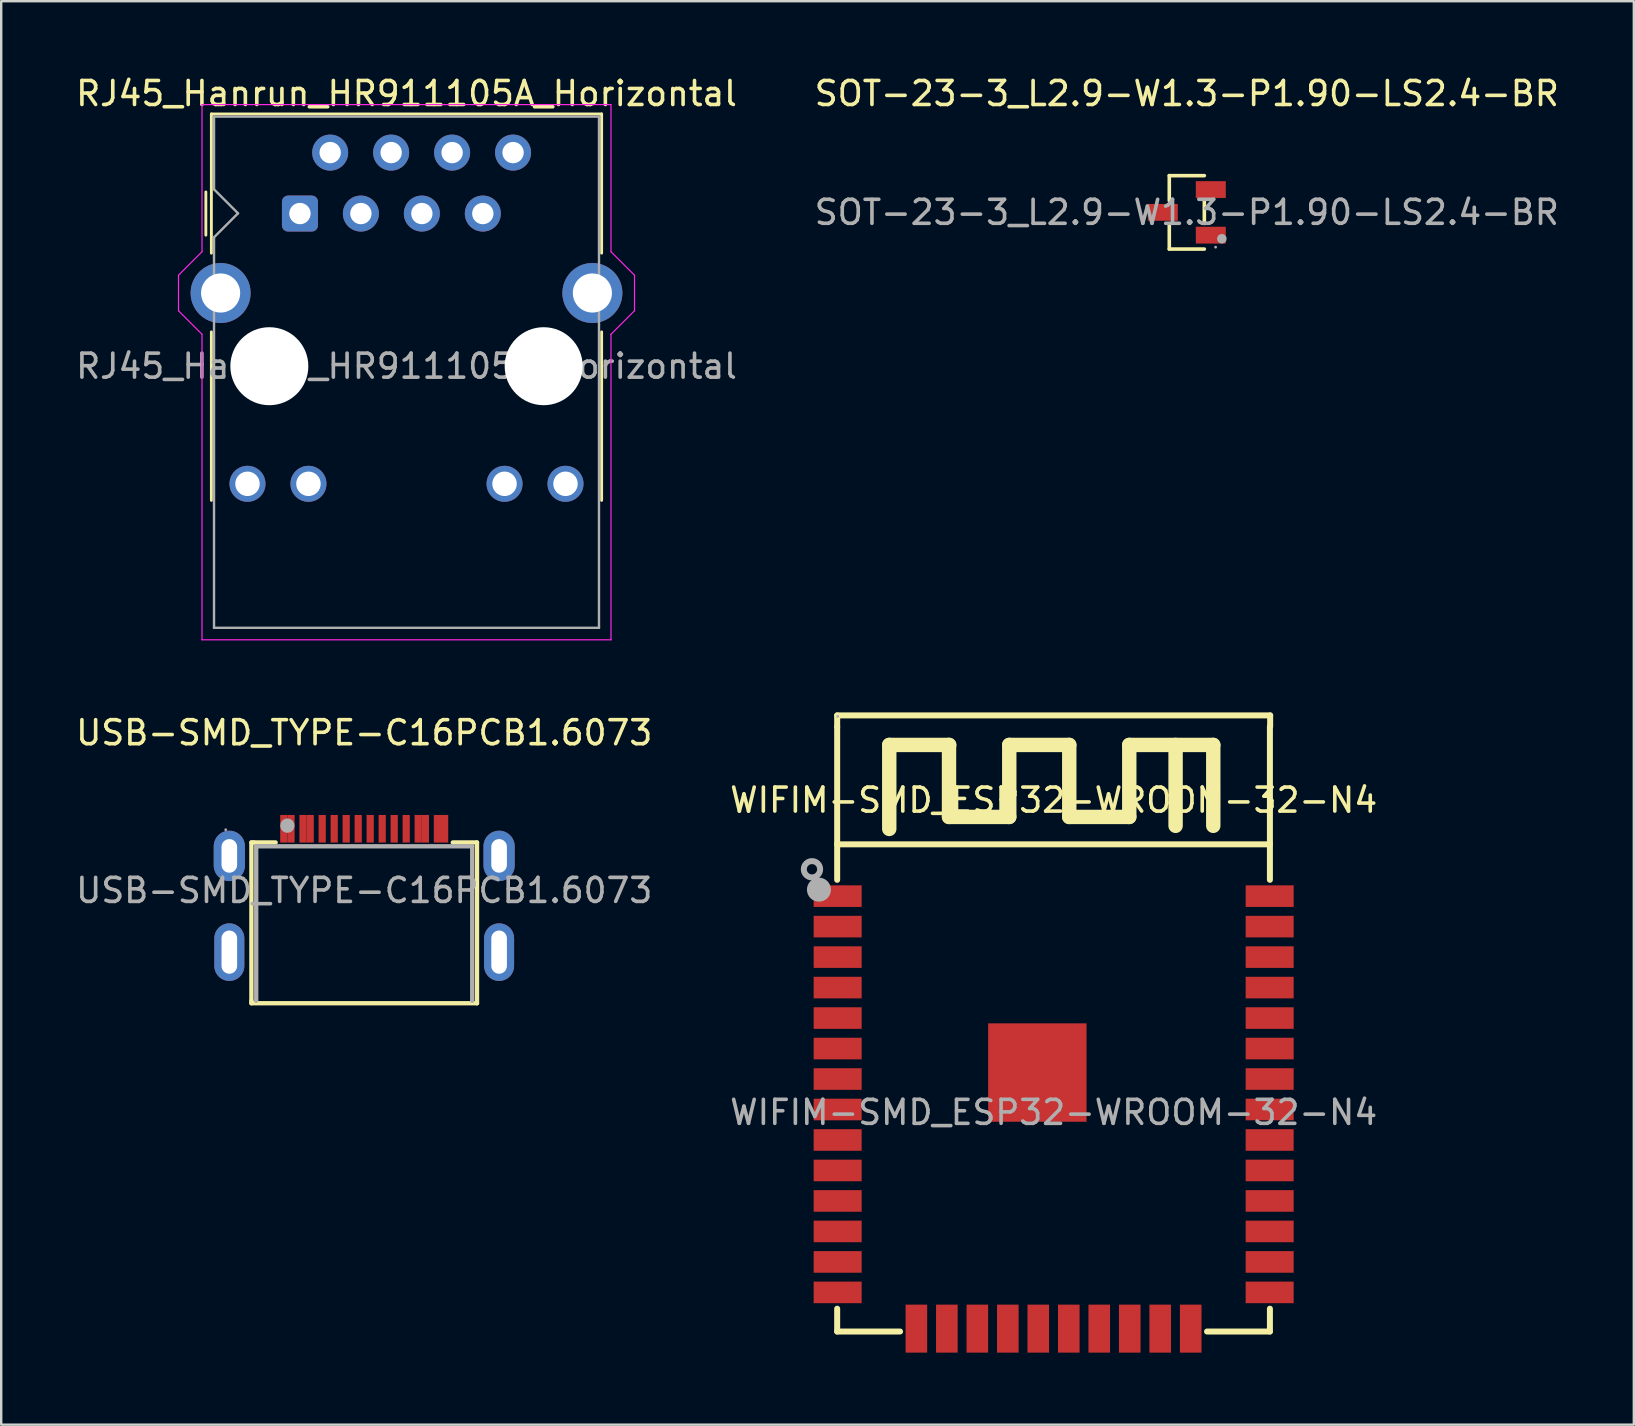
<source format=kicad_pcb>
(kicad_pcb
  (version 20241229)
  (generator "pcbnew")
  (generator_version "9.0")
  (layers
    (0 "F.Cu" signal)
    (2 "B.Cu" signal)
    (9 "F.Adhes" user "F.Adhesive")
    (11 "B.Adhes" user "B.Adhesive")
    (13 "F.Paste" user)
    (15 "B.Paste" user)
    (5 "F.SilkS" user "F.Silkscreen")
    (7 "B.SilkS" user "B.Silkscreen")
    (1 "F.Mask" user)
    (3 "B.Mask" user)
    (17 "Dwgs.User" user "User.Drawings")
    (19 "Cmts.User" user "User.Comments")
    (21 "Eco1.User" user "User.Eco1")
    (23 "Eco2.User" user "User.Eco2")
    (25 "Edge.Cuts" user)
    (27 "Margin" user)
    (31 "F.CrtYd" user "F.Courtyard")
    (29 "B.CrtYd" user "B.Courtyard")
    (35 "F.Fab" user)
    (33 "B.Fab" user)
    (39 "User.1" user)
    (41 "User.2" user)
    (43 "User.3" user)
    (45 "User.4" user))
  (footprint "WIFIM-SMD_ESP32-WROOM-32-N4"
    (layer "F.Cu")
    (at 40.851 43.298)
    (property "Reference" "WIFIM-SMD_ESP32-WROOM-32-N4" (at 0 -13.01 0) (layer "F.SilkS") (effects (font (size 1 1) (thickness 0.15))))
    (attr smd)
    (fp_line (start -9.02 -16.54) (end 9.02 -16.54) (stroke (width 0.25) (type solid)) (layer "F.SilkS"))
    (fp_line (start -9.02 -16.07) (end -9.02 -16.54) (stroke (width 0.25) (type solid)) (layer "F.SilkS"))
    (fp_line (start -9.02 -16.07) (end -9.02 -9.69) (stroke (width 0.25) (type solid)) (layer "F.SilkS"))
    (fp_line (start -9.02 -11.17) (end 9.01 -11.17) (stroke (width 0.25) (type solid)) (layer "F.SilkS"))
    (fp_line (start -9.02 8.18) (end -9.02 9.13) (stroke (width 0.25) (type solid)) (layer "F.SilkS"))
    (fp_line (start -9.02 9.13) (end -6.4 9.13) (stroke (width 0.25) (type solid)) (layer "F.SilkS"))
    (fp_line (start -6.85 -15.31) (end -6.85 -11.81) (stroke (width 0.6) (type solid)) (layer "F.SilkS"))
    (fp_line (start -4.36 -12.31) (end -4.36 -15.31) (stroke (width 0.6) (type solid)) (layer "F.SilkS"))
    (fp_line (start -4.35 -15.31) (end -6.85 -15.31) (stroke (width 0.6) (type solid)) (layer "F.SilkS"))
    (fp_line (start -1.85 -15.31) (end -1.85 -12.31) (stroke (width 0.6) (type solid)) (layer "F.SilkS"))
    (fp_line (start -1.85 -12.31) (end -4.36 -12.31) (stroke (width 0.6) (type solid)) (layer "F.SilkS"))
    (fp_line (start 0.65 -15.31) (end -1.85 -15.31) (stroke (width 0.6) (type solid)) (layer "F.SilkS"))
    (fp_line (start 0.65 -12.31) (end 0.65 -15.31) (stroke (width 0.6) (type solid)) (layer "F.SilkS"))
    (fp_line (start 3.15 -15.31) (end 3.15 -12.31) (stroke (width 0.6) (type solid)) (layer "F.SilkS"))
    (fp_line (start 3.15 -12.31) (end 0.65 -12.31) (stroke (width 0.6) (type solid)) (layer "F.SilkS"))
    (fp_line (start 5.08 -15.31) (end 5.08 -11.94) (stroke (width 0.6) (type solid)) (layer "F.SilkS"))
    (fp_line (start 6.39 9.13) (end 9.01 9.13) (stroke (width 0.25) (type solid)) (layer "F.SilkS"))
    (fp_line (start 6.65 -15.31) (end 3.15 -15.31) (stroke (width 0.6) (type solid)) (layer "F.SilkS"))
    (fp_line (start 6.65 -11.94) (end 6.65 -15.31) (stroke (width 0.6) (type solid)) (layer "F.SilkS"))
    (fp_line (start 9.01 -16.07) (end 9.01 -9.69) (stroke (width 0.25) (type solid)) (layer "F.SilkS"))
    (fp_line (start 9.01 9.13) (end 9.01 8.18) (stroke (width 0.25) (type solid)) (layer "F.SilkS"))
    (fp_line (start 9.02 -16.54) (end 9.02 -16.07) (stroke (width 0.25) (type solid)) (layer "F.SilkS"))
    (fp_circle (center -10.07 -10.13) (end -9.73 -10.13) (stroke (width 0.25) (type solid)) (fill no) (layer "F.Fab"))
    (fp_circle (center -9.78 -9.28) (end -9.53 -9.28) (stroke (width 0.5) (type solid)) (fill no) (layer "F.Fab"))
    (fp_circle (center -9 -16.5) (end -8.97 -16.5) (stroke (width 0.06) (type solid)) (fill no) (layer "F.Fab"))
    (fp_text user "${REFERENCE}" (at 0 0 0) (layer "F.Fab") (effects (font (size 1 1) (thickness 0.15))))
    (pad "1" smd rect (at -9 -9.01) (size 2 0.9) (layers "F.Cu" "F.Mask" "F.Paste"))
    (pad "2" smd rect (at -9 -7.74) (size 2 0.9) (layers "F.Cu" "F.Mask" "F.Paste"))
    (pad "3" smd rect (at -9 -6.47) (size 2 0.9) (layers "F.Cu" "F.Mask" "F.Paste"))
    (pad "4" smd rect (at -9 -5.2) (size 2 0.9) (layers "F.Cu" "F.Mask" "F.Paste"))
    (pad "5" smd rect (at -9 -3.93) (size 2 0.9) (layers "F.Cu" "F.Mask" "F.Paste"))
    (pad "6" smd rect (at -9 -2.66) (size 2 0.9) (layers "F.Cu" "F.Mask" "F.Paste"))
    (pad "7" smd rect (at -9 -1.39) (size 2 0.9) (layers "F.Cu" "F.Mask" "F.Paste"))
    (pad "8" smd rect (at -9 -0.12) (size 2 0.9) (layers "F.Cu" "F.Mask" "F.Paste"))
    (pad "9" smd rect (at -9 1.15) (size 2 0.9) (layers "F.Cu" "F.Mask" "F.Paste"))
    (pad "10" smd rect (at -9 2.42) (size 2 0.9) (layers "F.Cu" "F.Mask" "F.Paste"))
    (pad "11" smd rect (at -9 3.69) (size 2 0.9) (layers "F.Cu" "F.Mask" "F.Paste"))
    (pad "12" smd rect (at -9 4.96) (size 2 0.9) (layers "F.Cu" "F.Mask" "F.Paste"))
    (pad "13" smd rect (at -9 6.23) (size 2 0.9) (layers "F.Cu" "F.Mask" "F.Paste"))
    (pad "14" smd rect (at -9 7.5) (size 2 0.9) (layers "F.Cu" "F.Mask" "F.Paste"))
    (pad "15" smd rect (at -5.72 9.01 270) (size 2 0.9) (layers "F.Cu" "F.Mask" "F.Paste"))
    (pad "16" smd rect (at -4.45 9.01 270) (size 2 0.9) (layers "F.Cu" "F.Mask" "F.Paste"))
    (pad "17" smd rect (at -3.18 9.01 270) (size 2 0.9) (layers "F.Cu" "F.Mask" "F.Paste"))
    (pad "18" smd rect (at -1.91 9.01 270) (size 2 0.9) (layers "F.Cu" "F.Mask" "F.Paste"))
    (pad "19" smd rect (at -0.64 9.01 270) (size 2 0.9) (layers "F.Cu" "F.Mask" "F.Paste"))
    (pad "20" smd rect (at 0.63 9.01 270) (size 2 0.9) (layers "F.Cu" "F.Mask" "F.Paste"))
    (pad "21" smd rect (at 1.9 9.01 270) (size 2 0.9) (layers "F.Cu" "F.Mask" "F.Paste"))
    (pad "22" smd rect (at 3.17 9.01 270) (size 2 0.9) (layers "F.Cu" "F.Mask" "F.Paste"))
    (pad "23" smd rect (at 4.44 9.01 270) (size 2 0.9) (layers "F.Cu" "F.Mask" "F.Paste"))
    (pad "24" smd rect (at 5.71 9.01 270) (size 2 0.9) (layers "F.Cu" "F.Mask" "F.Paste"))
    (pad "25" smd rect (at 9 7.5) (size 2 0.9) (layers "F.Cu" "F.Mask" "F.Paste"))
    (pad "26" smd rect (at 9 6.23) (size 2 0.9) (layers "F.Cu" "F.Mask" "F.Paste"))
    (pad "27" smd rect (at 9 4.96) (size 2 0.9) (layers "F.Cu" "F.Mask" "F.Paste"))
    (pad "28" smd rect (at 9 3.69) (size 2 0.9) (layers "F.Cu" "F.Mask" "F.Paste"))
    (pad "29" smd rect (at 9 2.42) (size 2 0.9) (layers "F.Cu" "F.Mask" "F.Paste"))
    (pad "30" smd rect (at 9 1.15) (size 2 0.9) (layers "F.Cu" "F.Mask" "F.Paste"))
    (pad "31" smd rect (at 9 -0.12) (size 2 0.9) (layers "F.Cu" "F.Mask" "F.Paste"))
    (pad "32" smd rect (at 9 -1.39) (size 2 0.9) (layers "F.Cu" "F.Mask" "F.Paste"))
    (pad "33" smd rect (at 9 -2.66) (size 2 0.9) (layers "F.Cu" "F.Mask" "F.Paste"))
    (pad "34" smd rect (at 9 -3.93) (size 2 0.9) (layers "F.Cu" "F.Mask" "F.Paste"))
    (pad "35" smd rect (at 9 -5.2) (size 2 0.9) (layers "F.Cu" "F.Mask" "F.Paste"))
    (pad "36" smd rect (at 9 -6.47) (size 2 0.9) (layers "F.Cu" "F.Mask" "F.Paste"))
    (pad "37" smd rect (at 9 -7.74) (size 2 0.9) (layers "F.Cu" "F.Mask" "F.Paste"))
    (pad "38" smd rect (at 9 -9.01) (size 2 0.9) (layers "F.Cu" "F.Mask" "F.Paste"))
    (pad "39" smd rect (at -0.68 -1.66) (size 4.1 4.1) (layers "F.Cu" "F.Mask" "F.Paste")))
  (footprint "RJ45_Hanrun_HR911105A_Horizontal"
    (layer "F.Cu")
    (at 9.447 5.848)
    (property "Reference" "RJ45_Hanrun_HR911105A_Horizontal" (at 4.44 -5 0) (layer "F.SilkS") (effects (font (size 1 1) (thickness 0.15))))
    (attr through_hole)
    (fp_line (start -3.92 -0.9) (end -3.92 0.9) (stroke (width 0.12) (type default)) (layer "F.SilkS"))
    (fp_line (start -3.69 -4.15) (end -3.69 1.65) (stroke (width 0.12) (type solid)) (layer "F.SilkS"))
    (fp_line (start -3.69 -4.15) (end 12.57 -4.15) (stroke (width 0.12) (type solid)) (layer "F.SilkS"))
    (fp_line (start -3.69 4.93) (end -3.69 11.95) (stroke (width 0.12) (type solid)) (layer "F.SilkS"))
    (fp_line (start 12.57 -4.15) (end 12.57 1.65) (stroke (width 0.12) (type solid)) (layer "F.SilkS"))
    (fp_line (start 12.57 4.93) (end 12.57 11.95) (stroke (width 0.12) (type solid)) (layer "F.SilkS"))
    (fp_line (start -5.06 2.57) (end -5.06 4.05) (stroke (width 0.05) (type solid)) (layer "F.CrtYd"))
    (fp_line (start -5.06 2.57) (end -4.08 1.59) (stroke (width 0.05) (type solid)) (layer "F.CrtYd"))
    (fp_line (start -5.06 4.05) (end -4.08 5.03) (stroke (width 0.05) (type solid)) (layer "F.CrtYd"))
    (fp_line (start -4.08 -4.54) (end -4.08 1.59) (stroke (width 0.05) (type solid)) (layer "F.CrtYd"))
    (fp_line (start -4.08 -4.54) (end 12.96 -4.54) (stroke (width 0.05) (type solid)) (layer "F.CrtYd"))
    (fp_line (start -4.08 5.03) (end -4.08 17.76) (stroke (width 0.05) (type solid)) (layer "F.CrtYd"))
    (fp_line (start -4.08 17.76) (end 12.96 17.76) (stroke (width 0.05) (type solid)) (layer "F.CrtYd"))
    (fp_line (start 12.96 -4.54) (end 12.96 1.59) (stroke (width 0.05) (type solid)) (layer "F.CrtYd"))
    (fp_line (start 12.96 5.03) (end 12.96 17.76) (stroke (width 0.05) (type solid)) (layer "F.CrtYd"))
    (fp_line (start 13.94 2.57) (end 12.96 1.59) (stroke (width 0.05) (type solid)) (layer "F.CrtYd"))
    (fp_line (start 13.94 4.05) (end 12.96 5.03) (stroke (width 0.05) (type solid)) (layer "F.CrtYd"))
    (fp_line (start 13.94 4.05) (end 13.94 2.57) (stroke (width 0.05) (type solid)) (layer "F.CrtYd"))
    (fp_line (start -3.58 -4.04) (end -3.58 -1.01) (stroke (width 0.1) (type solid)) (layer "F.Fab"))
    (fp_line (start -3.58 -4.04) (end 12.46 -4.04) (stroke (width 0.1) (type solid)) (layer "F.Fab"))
    (fp_line (start -3.58 0.99) (end -3.58 17.26) (stroke (width 0.1) (type solid)) (layer "F.Fab"))
    (fp_line (start -3.58 17.26) (end 12.46 17.26) (stroke (width 0.1) (type solid)) (layer "F.Fab"))
    (fp_line (start -2.58 -0.01) (end -3.58 -1.01) (stroke (width 0.1) (type solid)) (layer "F.Fab"))
    (fp_line (start -2.58 -0.01) (end -3.58 0.99) (stroke (width 0.1) (type solid)) (layer "F.Fab"))
    (fp_line (start 12.46 -4.04) (end 12.46 17.26) (stroke (width 0.1) (type solid)) (layer "F.Fab"))
    (fp_text user "${REFERENCE}" (at 4.44 6.36 0) (layer "F.Fab") (effects (font (size 1 1) (thickness 0.15))))
    (pad "" np_thru_hole circle (at -1.275 6.36) (size 3.25 3.25) (drill 3.25) (layers "*.Cu" "*.Mask"))
    (pad "" np_thru_hole circle (at 10.155 6.36) (size 3.25 3.25) (drill 3.25) (layers "*.Cu" "*.Mask"))
    (pad "1" thru_hole roundrect (at 0 0) (size 1.5 1.5) (drill 0.89) (layers "*.Cu" "*.Mask") (roundrect_rratio 0.167))
    (pad "2" thru_hole circle (at 1.26 -2.54) (size 1.5 1.5) (drill 0.89) (layers "*.Cu" "*.Mask"))
    (pad "3" thru_hole circle (at 2.54 0) (size 1.5 1.5) (drill 0.89) (layers "*.Cu" "*.Mask"))
    (pad "4" thru_hole circle (at 3.8 -2.54) (size 1.5 1.5) (drill 0.89) (layers "*.Cu" "*.Mask"))
    (pad "5" thru_hole circle (at 5.08 0) (size 1.5 1.5) (drill 0.89) (layers "*.Cu" "*.Mask"))
    (pad "6" thru_hole circle (at 6.34 -2.54) (size 1.5 1.5) (drill 0.89) (layers "*.Cu" "*.Mask"))
    (pad "7" thru_hole circle (at 7.62 0) (size 1.5 1.5) (drill 0.89) (layers "*.Cu" "*.Mask"))
    (pad "8" thru_hole circle (at 8.88 -2.54) (size 1.5 1.5) (drill 0.89) (layers "*.Cu" "*.Mask"))
    (pad "9" thru_hole circle (at -2.185 11.26) (size 1.5 1.5) (drill 1.02) (layers "*.Cu" "*.Mask"))
    (pad "10" thru_hole circle (at 0.355 11.26) (size 1.5 1.5) (drill 1.02) (layers "*.Cu" "*.Mask"))
    (pad "11" thru_hole circle (at 8.525 11.26) (size 1.5 1.5) (drill 1.02) (layers "*.Cu" "*.Mask"))
    (pad "12" thru_hole circle (at 11.065 11.26) (size 1.5 1.5) (drill 1.02) (layers "*.Cu" "*.Mask"))
    (pad "SH" thru_hole circle (at -3.305 3.31) (size 2.5 2.5) (drill 1.63) (layers "*.Cu" "*.Mask"))
    (pad "SH" thru_hole circle (at 12.185 3.31) (size 2.5 2.5) (drill 1.63) (layers "*.Cu" "*.Mask")))
  (footprint "SOT-23-3_L2.9-W1.3-P1.90-LS2.4-BR"
    (layer "F.Cu")
    (at 46.399 5.798)
    (property "Reference" "SOT-23-3_L2.9-W1.3-P1.90-LS2.4-BR" (at 0 -4.95 0) (layer "F.SilkS") (effects (font (size 1 1) (thickness 0.15))))
    (attr smd)
    (fp_line (start -0.73 -1.53) (end -0.73 -0.49) (stroke (width 0.15) (type solid)) (layer "F.SilkS"))
    (fp_line (start -0.73 1.53) (end -0.73 0.49) (stroke (width 0.15) (type solid)) (layer "F.SilkS"))
    (fp_line (start 0.73 -1.53) (end -0.73 -1.53) (stroke (width 0.15) (type solid)) (layer "F.SilkS"))
    (fp_line (start 0.73 -0.46) (end 0.73 0.46) (stroke (width 0.15) (type solid)) (layer "F.SilkS"))
    (fp_line (start 0.73 1.53) (end -0.73 1.53) (stroke (width 0.15) (type solid)) (layer "F.SilkS"))
    (fp_circle (center 1.2 1.45) (end 1.23 1.45) (stroke (width 0.06) (type solid)) (fill no) (layer "F.Fab"))
    (fp_circle (center 1.46 1.1) (end 1.56 1.1) (stroke (width 0.2) (type solid)) (fill no) (layer "F.Fab"))
    (fp_text user "${REFERENCE}" (at 0 0 0) (layer "F.Fab") (effects (font (size 1 1) (thickness 0.15))))
    (pad "1" smd rect (at 1 0.95) (size 1.25 0.7) (layers "F.Cu" "F.Mask" "F.Paste"))
    (pad "2" smd rect (at 1 -0.95) (size 1.25 0.7) (layers "F.Cu" "F.Mask" "F.Paste"))
    (pad "3" smd rect (at -1 0) (size 1.25 0.7) (layers "F.Cu" "F.Mask" "F.Paste")))
  (footprint "USB-SMD_TYPE-C16PCB1.6073"
    (layer "F.Cu")
    (at 12.125 34.051)
    (property "Reference" "USB-SMD_TYPE-C16PCB1.6073" (at 0 -6.57 0) (layer "F.SilkS") (effects (font (size 1 1) (thickness 0.15))))
    (attr smd)
    (fp_line (start -4.7 -2) (end -4.7 4.6) (stroke (width 0.18) (type solid)) (layer "F.SilkS"))
    (fp_line (start -4.7 4.7) (end -4.7 4.6) (stroke (width 0.18) (type solid)) (layer "F.SilkS"))
    (fp_line (start -4.6 -2) (end -4.7 -2) (stroke (width 0.18) (type solid)) (layer "F.SilkS"))
    (fp_line (start -4.6 -2) (end -3.69 -2) (stroke (width 0.18) (type solid)) (layer "F.SilkS"))
    (fp_line (start 3.69 -2) (end 4.7 -2) (stroke (width 0.18) (type solid)) (layer "F.SilkS"))
    (fp_line (start 4.7 -2) (end 4.7 4.7) (stroke (width 0.18) (type solid)) (layer "F.SilkS"))
    (fp_line (start 4.7 4.7) (end -4.7 4.7) (stroke (width 0.18) (type solid)) (layer "F.SilkS"))
    (fp_line (start -4.5 -1.84) (end -4.5 4.6) (stroke (width 0.18) (type solid)) (layer "F.Fab"))
    (fp_line (start -4.5 -1.84) (end 4.5 -1.84) (stroke (width 0.18) (type solid)) (layer "F.Fab"))
    (fp_line (start 4.5 -1.84) (end 4.5 4.6) (stroke (width 0.18) (type solid)) (layer "F.Fab"))
    (fp_circle (center -5.77 -2.53) (end -5.74 -2.53) (stroke (width 0.06) (type solid)) (fill no) (layer "F.Fab"))
    (fp_circle (center -3.2 -2.7) (end -3.05 -2.7) (stroke (width 0.3) (type solid)) (fill no) (layer "F.Fab"))
    (fp_text user "${REFERENCE}" (at 0 0 0) (layer "F.Fab") (effects (font (size 1 1) (thickness 0.15))))
    (pad "17" thru_hole oval (at -5.62 2.57) (size 1.25 2.4) (drill oval 0.65 1.8) (layers "*.Cu" "*.Mask"))
    (pad "18" thru_hole oval (at 5.62 2.57) (size 1.25 2.4) (drill oval 0.65 1.8) (layers "*.Cu" "*.Mask"))
    (pad "19" thru_hole oval (at -5.62 -1.44) (size 1.3 2.1) (drill oval 0.65 1.4) (layers "*.Cu" "*.Mask"))
    (pad "20" thru_hole oval (at 5.62 -1.44) (size 1.3 2.1) (drill oval 0.65 1.4) (layers "*.Cu" "*.Mask"))
    (pad "A1" smd rect (at -3.35 -2.57) (size 0.3 1.15) (layers "F.Cu" "F.Mask" "F.Paste"))
    (pad "A4" smd rect (at -2.55 -2.57) (size 0.3 1.15) (layers "F.Cu" "F.Mask" "F.Paste"))
    (pad "A5" smd rect (at -1.25 -2.57) (size 0.3 1.15) (layers "F.Cu" "F.Mask" "F.Paste"))
    (pad "A6" smd rect (at -0.25 -2.57) (size 0.3 1.15) (layers "F.Cu" "F.Mask" "F.Paste"))
    (pad "A7" smd rect (at 0.25 -2.57) (size 0.3 1.15) (layers "F.Cu" "F.Mask" "F.Paste"))
    (pad "A8" smd rect (at 1.25 -2.57) (size 0.3 1.15) (layers "F.Cu" "F.Mask" "F.Paste"))
    (pad "A9" smd rect (at 2.55 -2.57) (size 0.3 1.15) (layers "F.Cu" "F.Mask" "F.Paste"))
    (pad "A12" smd rect (at 3.35 -2.57) (size 0.3 1.15) (layers "F.Cu" "F.Mask" "F.Paste"))
    (pad "B1" smd rect (at 3.05 -2.57) (size 0.3 1.15) (layers "F.Cu" "F.Mask" "F.Paste"))
    (pad "B4" smd rect (at 2.25 -2.57) (size 0.3 1.15) (layers "F.Cu" "F.Mask" "F.Paste"))
    (pad "B5" smd rect (at 1.75 -2.57) (size 0.3 1.15) (layers "F.Cu" "F.Mask" "F.Paste"))
    (pad "B6" smd rect (at 0.75 -2.57) (size 0.3 1.15) (layers "F.Cu" "F.Mask" "F.Paste"))
    (pad "B7" smd rect (at -0.75 -2.57) (size 0.3 1.15) (layers "F.Cu" "F.Mask" "F.Paste"))
    (pad "B8" smd rect (at -1.75 -2.57) (size 0.3 1.15) (layers "F.Cu" "F.Mask" "F.Paste"))
    (pad "B9" smd rect (at -2.25 -2.57) (size 0.3 1.15) (layers "F.Cu" "F.Mask" "F.Paste"))
    (pad "B12" smd rect (at -3.05 -2.57) (size 0.3 1.15) (layers "F.Cu" "F.Mask" "F.Paste")))
  (gr_rect
    (start -3 -3)
    (end 65.024 56.308)
    (stroke (width 0.1) (type default))
    (fill no)
    (layer "Edge.Cuts")))
</source>
